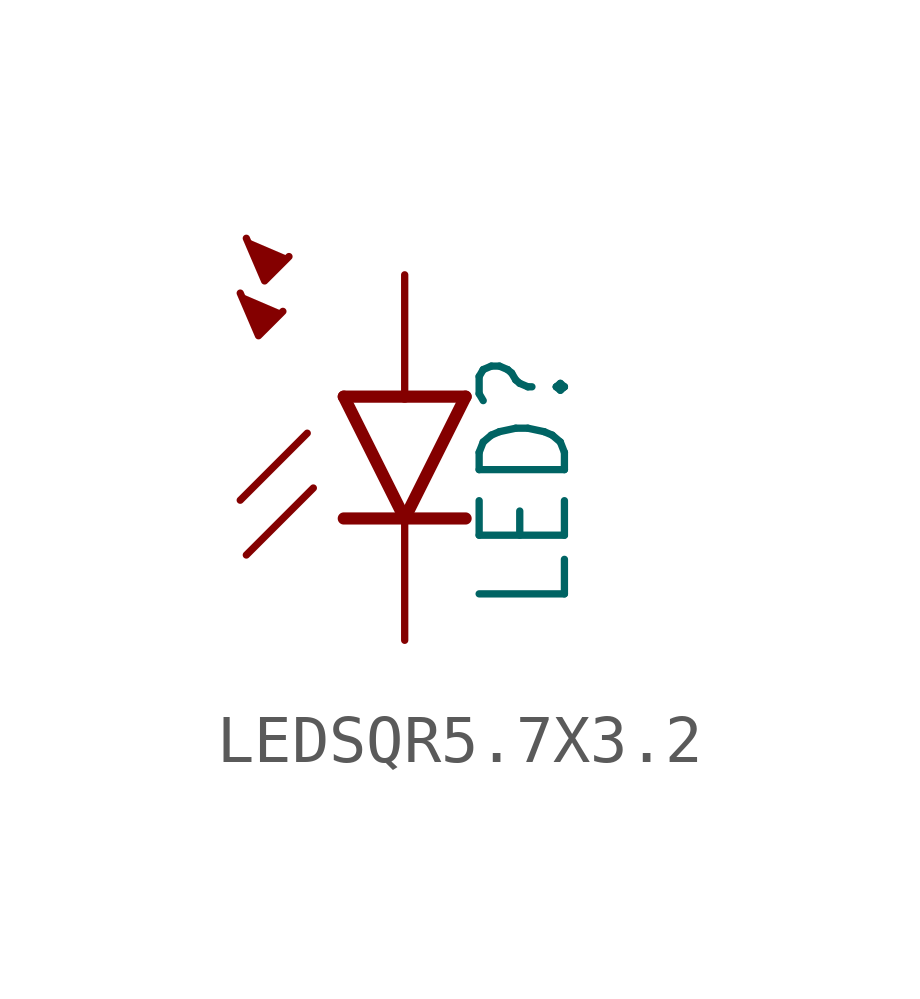
<source format=kicad_sym>
(kicad_symbol_lib
  (version 20241209)
  (generator "kicad_symbol_editor")
  (generator_version "9.0")
  (symbol "LEDSQR5.7X3.2"
    (property "Reference" "LED"
      (at 3.556 -4.572 90)
      (effects (font (size 1.778 1.511)) (justify left bottom)))
    (property "Value" ""
      (at 5.715 -4.572 90)
      (effects (font (size 1.778 1.511)) (justify left bottom)))
    (property "ki_locked" ""
      (at 0 0 0)
      (effects (font (size 1.27 1.27))))
    (symbol "LEDSQR5.7X3.2_1_0"
      (polyline (pts (xy -3.429 2.159) (xy -3.048 1.27) (xy -2.54 1.778)) (stroke (width 0.152) (type solid)) (fill (type outline)))
      (polyline (pts (xy -3.302 3.302) (xy -2.921 2.413) (xy -2.413 2.921)) (stroke (width 0.152) (type solid)) (fill (type outline)))
      (polyline (pts (xy -2.032 -0.762) (xy -3.429 -2.159)) (stroke (width 0.152) (type solid)) (fill (type none)))
      (polyline (pts (xy -1.905 -1.905) (xy -3.302 -3.302)) (stroke (width 0.152) (type solid)) (fill (type none)))
      (polyline (pts (xy 0 0) (xy -1.27 0)) (stroke (width 0.254) (type solid)) (fill (type none)))
      (polyline (pts (xy 0 -2.54) (xy -1.27 0)) (stroke (width 0.254) (type solid)) (fill (type none)))
      (polyline (pts (xy 0 -2.54) (xy -1.27 -2.54)) (stroke (width 0.254) (type solid)) (fill (type none)))
      (polyline (pts (xy 1.27 0) (xy 0 0)) (stroke (width 0.254) (type solid)) (fill (type none)))
      (polyline (pts (xy 1.27 0) (xy 0 -2.54)) (stroke (width 0.254) (type solid)) (fill (type none)))
      (polyline (pts (xy 1.27 -2.54) (xy 0 -2.54)) (stroke (width 0.254) (type solid)) (fill (type none)))
      (pin passive line (at 0 2.54 270) (length 2.54) (name "A" (effects (font (size 0 0)))) (number "A" (effects (font (size 0 0)))))
      (pin passive line (at 0 -5.08 90) (length 2.54) (name "C" (effects (font (size 0 0)))) (number "K" (effects (font (size 0 0))))))))
</source>
